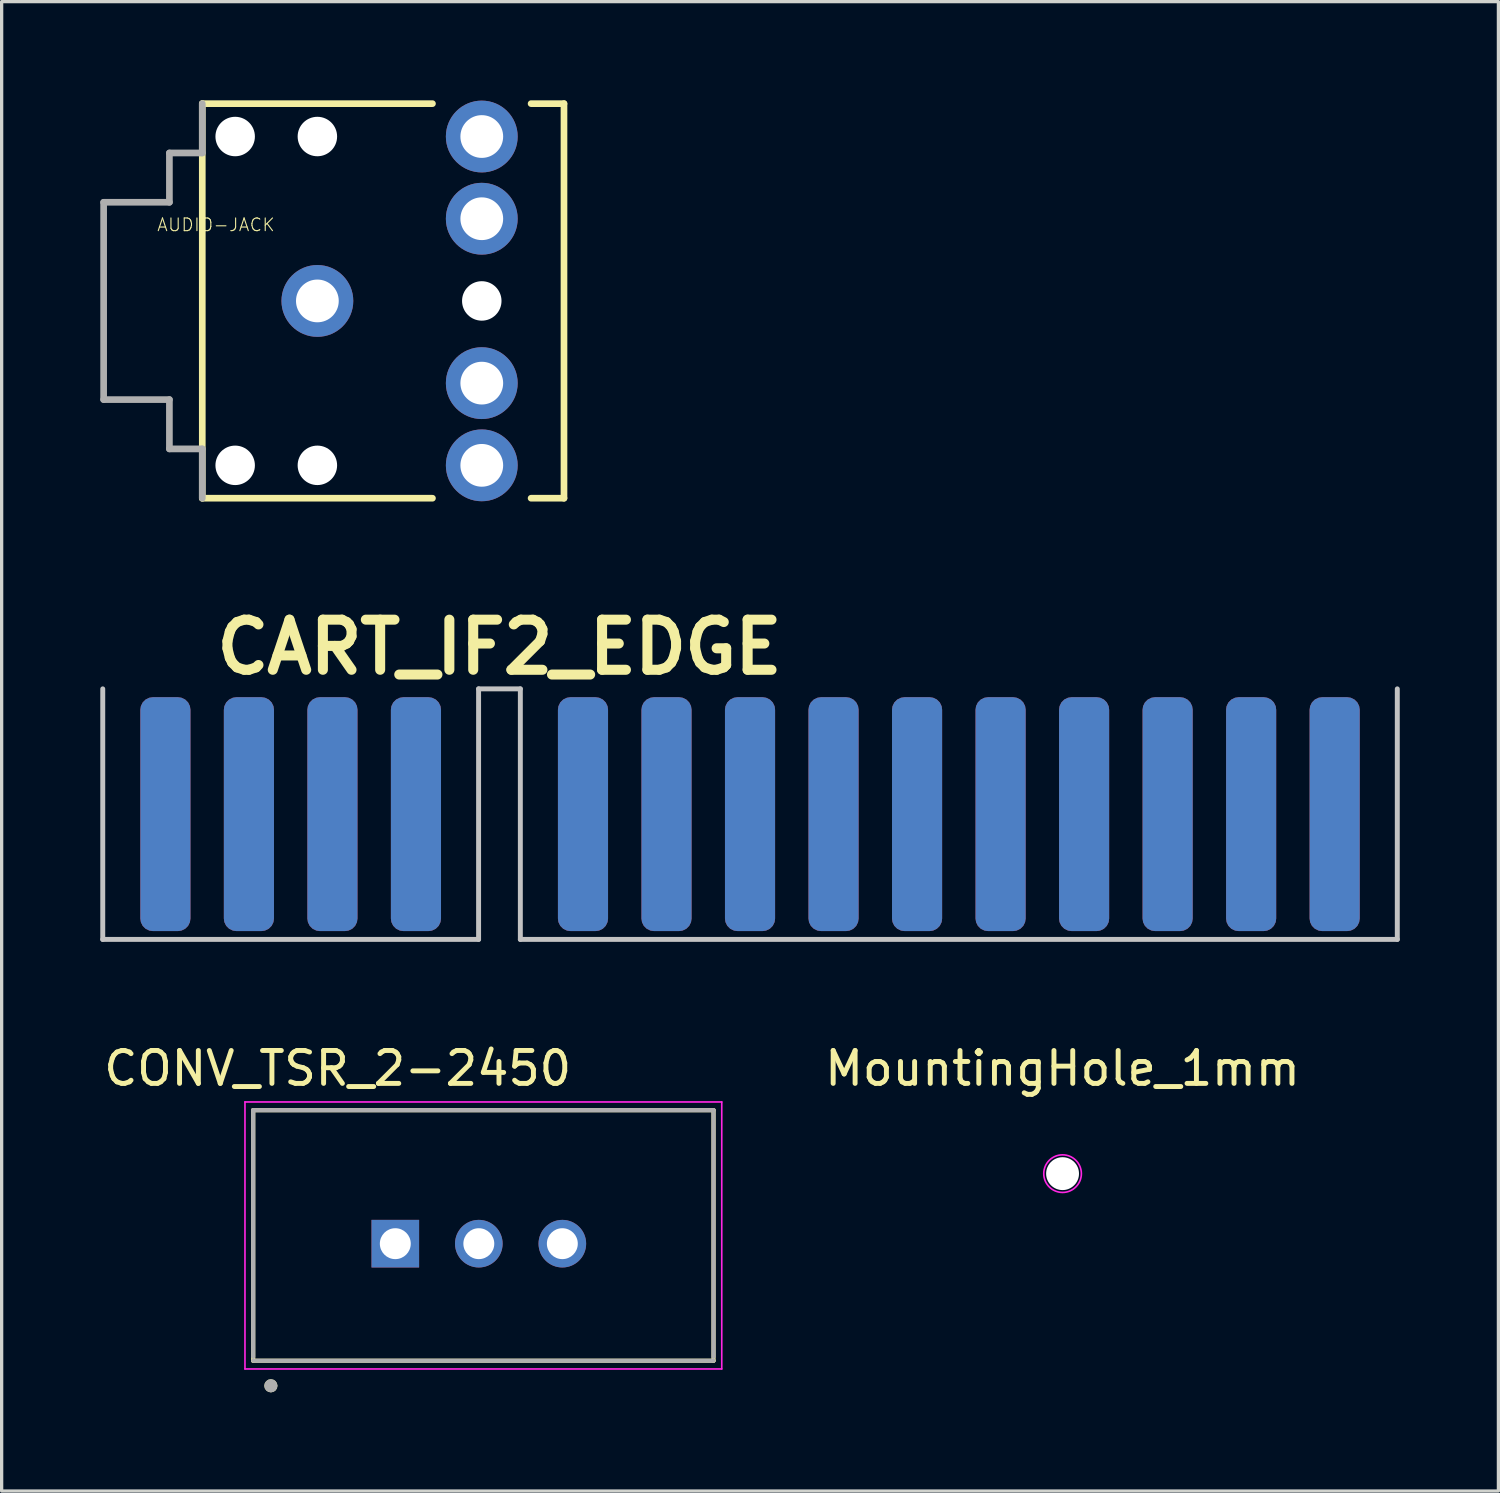
<source format=kicad_pcb>
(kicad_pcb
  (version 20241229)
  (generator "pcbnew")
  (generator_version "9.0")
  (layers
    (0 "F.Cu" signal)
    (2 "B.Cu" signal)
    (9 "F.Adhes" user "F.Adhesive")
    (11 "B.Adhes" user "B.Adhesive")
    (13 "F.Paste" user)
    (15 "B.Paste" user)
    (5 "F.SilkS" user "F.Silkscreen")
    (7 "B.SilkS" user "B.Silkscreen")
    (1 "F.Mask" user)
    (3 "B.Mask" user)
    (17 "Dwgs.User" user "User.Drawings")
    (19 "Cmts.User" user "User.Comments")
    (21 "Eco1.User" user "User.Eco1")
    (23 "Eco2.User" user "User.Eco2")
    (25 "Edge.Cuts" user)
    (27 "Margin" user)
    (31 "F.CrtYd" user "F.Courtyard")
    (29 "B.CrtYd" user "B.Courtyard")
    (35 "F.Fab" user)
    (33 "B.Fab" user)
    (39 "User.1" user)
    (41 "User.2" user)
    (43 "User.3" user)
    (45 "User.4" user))
  (footprint "CONV_TSR_2-2450"
    (layer "F.Cu")
    (at 8.972 34.773)
    (property "Reference" "CONV_TSR_2-2450" (at -1.752 -5.33 0) (layer "F.SilkS") (effects (font (size 1 1) (thickness 0.15))))
    (attr through_hole)
    (fp_line (start -4.322 -4.06) (end 9.678 -4.06) (stroke (width 0.127) (type solid)) (layer "F.SilkS"))
    (fp_line (start -4.322 3.56) (end -4.322 -4.06) (stroke (width 0.127) (type solid)) (layer "F.SilkS"))
    (fp_line (start 9.678 3.56) (end -4.322 3.56) (stroke (width 0.127) (type solid)) (layer "F.SilkS"))
    (fp_line (start 9.678 3.56) (end 9.678 -4.06) (stroke (width 0.127) (type solid)) (layer "F.SilkS"))
    (fp_circle (center -3.784 4.322) (end -3.684 4.322) (stroke (width 0.2) (type solid)) (fill no) (layer "F.SilkS"))
    (fp_line (start -4.572 -4.31) (end -4.572 3.81) (stroke (width 0.05) (type solid)) (layer "F.CrtYd"))
    (fp_line (start -4.572 -4.31) (end 9.928 -4.31) (stroke (width 0.05) (type solid)) (layer "F.CrtYd"))
    (fp_line (start 9.928 3.81) (end -4.572 3.81) (stroke (width 0.05) (type solid)) (layer "F.CrtYd"))
    (fp_line (start 9.928 3.81) (end 9.928 -4.31) (stroke (width 0.05) (type solid)) (layer "F.CrtYd"))
    (fp_line (start -4.322 -4.06) (end 9.678 -4.06) (stroke (width 0.127) (type solid)) (layer "F.Fab"))
    (fp_line (start -4.322 3.44) (end -4.322 -4.06) (stroke (width 0.127) (type solid)) (layer "F.Fab"))
    (fp_line (start 9.678 -4.06) (end 9.678 3.44) (stroke (width 0.127) (type solid)) (layer "F.Fab"))
    (fp_line (start 9.678 3.56) (end -4.322 3.56) (stroke (width 0.127) (type solid)) (layer "F.Fab"))
    (fp_circle (center -3.784 4.322) (end -3.684 4.322) (stroke (width 0.2) (type solid)) (fill no) (layer "F.Fab"))
    (pad "1" thru_hole rect (at 0 0) (size 1.448 1.448) (drill 0.94) (layers "*.Cu" "*.Mask"))
    (pad "2" thru_hole circle (at 2.54 0) (size 1.448 1.448) (drill 0.94) (layers "*.Cu" "*.Mask"))
    (pad "3" thru_hole circle (at 5.08 0) (size 1.448 1.448) (drill 0.94) (layers "*.Cu" "*.Mask")))
  (footprint "CART_IF2_EDGE"
    (layer "F.Cu")
    (at 12.14 21.71)
    (property "Reference" "CART_IF2_EDGE" (at 0 -5.08 0) (layer "F.SilkS") (effects (font (size 1.524 1.524) (thickness 0.305))))
    (attr through_hole)
    (fp_poly (pts (xy 26.67 3.81) (xy 26.67 -3.81) (xy -11.43 -3.81) (xy -11.43 3.81)) (stroke (width 0.15) (type solid)) (fill yes) (layer "F.Mask"))
    (fp_poly (pts (xy 26.67 -3.81) (xy 26.67 3.81) (xy -11.43 3.81) (xy -11.43 -3.81)) (stroke (width 0.15) (type solid)) (fill yes) (layer "B.Mask"))
    (fp_line (start -12.065 -3.81) (end -12.065 3.81) (stroke (width 0.15) (type solid)) (layer "Dwgs.User"))
    (fp_line (start -12.065 3.81) (end -0.635 3.81) (stroke (width 0.15) (type solid)) (layer "Dwgs.User"))
    (fp_line (start -0.635 -3.81) (end 0.635 -3.81) (stroke (width 0.15) (type solid)) (layer "Dwgs.User"))
    (fp_line (start -0.635 3.81) (end -0.635 -3.81) (stroke (width 0.15) (type solid)) (layer "Dwgs.User"))
    (fp_line (start 0.635 -3.81) (end 0.635 3.81) (stroke (width 0.15) (type solid)) (layer "Dwgs.User"))
    (fp_line (start 0.635 3.81) (end 27.305 3.81) (stroke (width 0.15) (type solid)) (layer "Dwgs.User"))
    (fp_line (start 27.305 3.81) (end 27.305 -3.81) (stroke (width 0.15) (type solid)) (layer "Dwgs.User"))
    (pad "1" connect roundrect (at -10.16 0) (size 1.524 7.112) (layers "F.Cu") (roundrect_rratio 0.25))
    (pad "2" connect roundrect (at -10.16 0) (size 1.524 7.112) (layers "B.Cu") (roundrect_rratio 0.25))
    (pad "3" connect roundrect (at -7.62 0) (size 1.524 7.112) (layers "F.Cu") (roundrect_rratio 0.25))
    (pad "4" connect roundrect (at -7.62 0) (size 1.524 7.112) (layers "B.Cu") (roundrect_rratio 0.25))
    (pad "5" connect roundrect (at -5.08 0) (size 1.524 7.112) (layers "F.Cu") (roundrect_rratio 0.25))
    (pad "6" connect roundrect (at -5.08 0) (size 1.524 7.112) (layers "B.Cu") (roundrect_rratio 0.25))
    (pad "7" connect roundrect (at -2.54 0) (size 1.524 7.112) (layers "F.Cu") (roundrect_rratio 0.25))
    (pad "8" connect roundrect (at -2.54 0) (size 1.524 7.112) (layers "B.Cu") (roundrect_rratio 0.25))
    (pad "9" connect roundrect (at 2.54 0) (size 1.524 7.112) (layers "F.Cu") (roundrect_rratio 0.25))
    (pad "10" connect roundrect (at 2.54 0) (size 1.524 7.112) (layers "B.Cu") (roundrect_rratio 0.25))
    (pad "11" connect roundrect (at 5.08 0) (size 1.524 7.112) (layers "F.Cu") (roundrect_rratio 0.25))
    (pad "12" connect roundrect (at 5.08 0) (size 1.524 7.112) (layers "B.Cu") (roundrect_rratio 0.25))
    (pad "13" connect roundrect (at 7.62 0) (size 1.524 7.112) (layers "F.Cu") (roundrect_rratio 0.25))
    (pad "14" connect roundrect (at 7.62 0) (size 1.524 7.112) (layers "B.Cu") (roundrect_rratio 0.25))
    (pad "15" connect roundrect (at 10.16 0) (size 1.524 7.112) (layers "F.Cu") (roundrect_rratio 0.25))
    (pad "16" connect roundrect (at 10.16 0) (size 1.524 7.112) (layers "B.Cu") (roundrect_rratio 0.25))
    (pad "17" connect roundrect (at 12.7 0) (size 1.524 7.112) (layers "F.Cu") (roundrect_rratio 0.25))
    (pad "18" connect roundrect (at 12.7 0) (size 1.524 7.112) (layers "B.Cu") (roundrect_rratio 0.25))
    (pad "19" connect roundrect (at 15.24 0) (size 1.524 7.112) (layers "F.Cu") (roundrect_rratio 0.25))
    (pad "20" connect roundrect (at 15.24 0) (size 1.524 7.112) (layers "B.Cu") (roundrect_rratio 0.25))
    (pad "21" connect roundrect (at 17.78 0) (size 1.524 7.112) (layers "F.Cu") (roundrect_rratio 0.25))
    (pad "22" connect roundrect (at 17.78 0) (size 1.524 7.112) (layers "B.Cu") (roundrect_rratio 0.25))
    (pad "23" connect roundrect (at 20.32 0) (size 1.524 7.112) (layers "F.Cu") (roundrect_rratio 0.25))
    (pad "24" connect roundrect (at 20.32 0) (size 1.524 7.112) (layers "B.Cu") (roundrect_rratio 0.25))
    (pad "25" connect roundrect (at 22.86 0) (size 1.524 7.112) (layers "F.Cu") (roundrect_rratio 0.25))
    (pad "26" connect roundrect (at 22.86 0) (size 1.524 7.112) (layers "B.Cu") (roundrect_rratio 0.25))
    (pad "27" connect roundrect (at 25.4 0) (size 1.524 7.112) (layers "F.Cu") (roundrect_rratio 0.25))
    (pad "28" connect roundrect (at 25.4 0) (size 1.524 7.112) (layers "B.Cu") (roundrect_rratio 0.25)))
  (footprint "AUDIO-JACK"
    (layer "F.Cu")
    (at 6.602 6.102)
    (property "Reference" "AUDIO-JACK" (at -1.27 -2.54 0) (layer "F.SilkS") (effects (font (size 0.386 0.386) (thickness 0.033)) (justify right top)))
    (attr through_hole)
    (fp_line (start -3.5 -6) (end -3.5 6) (stroke (width 0.203) (type solid)) (layer "F.SilkS"))
    (fp_line (start -3.5 -6) (end 3.5 -6) (stroke (width 0.203) (type solid)) (layer "F.SilkS"))
    (fp_line (start -3.5 6) (end 3.5 6) (stroke (width 0.203) (type solid)) (layer "F.SilkS"))
    (fp_line (start 7.5 -6) (end 6.5 -6) (stroke (width 0.203) (type solid)) (layer "F.SilkS"))
    (fp_line (start 7.5 -6) (end 7.5 6) (stroke (width 0.203) (type solid)) (layer "F.SilkS"))
    (fp_line (start 7.5 6) (end 6.5 6) (stroke (width 0.203) (type solid)) (layer "F.SilkS"))
    (fp_line (start -6.5 -3) (end -6.5 3) (stroke (width 0.203) (type solid)) (layer "F.Fab"))
    (fp_line (start -6.5 -3) (end -4.5 -3) (stroke (width 0.203) (type solid)) (layer "F.Fab"))
    (fp_line (start -6.5 3) (end -4.5 3) (stroke (width 0.203) (type solid)) (layer "F.Fab"))
    (fp_line (start -4.5 -4.5) (end -4.5 -3) (stroke (width 0.203) (type solid)) (layer "F.Fab"))
    (fp_line (start -4.5 -4.5) (end -3.5 -4.5) (stroke (width 0.203) (type solid)) (layer "F.Fab"))
    (fp_line (start -4.5 3) (end -4.5 4.5) (stroke (width 0.203) (type solid)) (layer "F.Fab"))
    (fp_line (start -4.5 4.5) (end -3.5 4.5) (stroke (width 0.203) (type solid)) (layer "F.Fab"))
    (fp_line (start -3.5 -6) (end -3.5 -4.5) (stroke (width 0.203) (type solid)) (layer "F.Fab"))
    (fp_line (start -3.5 4.5) (end -3.5 6) (stroke (width 0.203) (type solid)) (layer "F.Fab"))
    (pad "" np_thru_hole circle (at -2.5 -5) (size 1.2 1.2) (drill 1.2) (layers "*.Cu"))
    (pad "" np_thru_hole circle (at -2.5 5) (size 1.2 1.2) (drill 1.2) (layers "*.Cu"))
    (pad "" np_thru_hole circle (at 0 -5) (size 1.2 1.2) (drill 1.2) (layers "*.Cu"))
    (pad "" np_thru_hole circle (at 0 5) (size 1.2 1.2) (drill 1.2) (layers "*.Cu"))
    (pad "" np_thru_hole circle (at 5 0) (size 1.2 1.2) (drill 1.2) (layers "*.Cu"))
    (pad "1" thru_hole circle (at 5 2.5) (size 2.184 2.184) (drill 1.3) (layers "*.Cu" "*.Mask"))
    (pad "2" thru_hole circle (at 5 -2.5) (size 2.184 2.184) (drill 1.3) (layers "*.Cu" "*.Mask"))
    (pad "3" thru_hole circle (at 0 0) (size 2.184 2.184) (drill 1.3) (layers "*.Cu" "*.Mask"))
    (pad "4" thru_hole circle (at 5 5) (size 2.184 2.184) (drill 1.3) (layers "*.Cu" "*.Mask"))
    (pad "5" thru_hole circle (at 5 -5) (size 2.184 2.184) (drill 1.3) (layers "*.Cu" "*.Mask")))
  (footprint "MountingHole_1mm"
    (layer "F.Cu")
    (at 29.265 32.643)
    (property "Reference" "MountingHole_1mm" (at 0 -3.2 0) (layer "F.SilkS") (effects (font (size 1 1) (thickness 0.15))))
    (attr exclude_from_pos_files exclude_from_bom)
    (fp_circle (center 0 0) (end 0.572 0) (stroke (width 0.05) (type solid)) (fill no) (layer "F.CrtYd"))
    (pad "" np_thru_hole circle (at 0 0) (size 1 1) (drill 1) (layers "*.Cu" "*.Mask")))
  (gr_rect
    (start -3 -3)
    (end 42.52 42.295)
    (stroke (width 0.1) (type default))
    (fill no)
    (layer "Edge.Cuts")))
</source>
